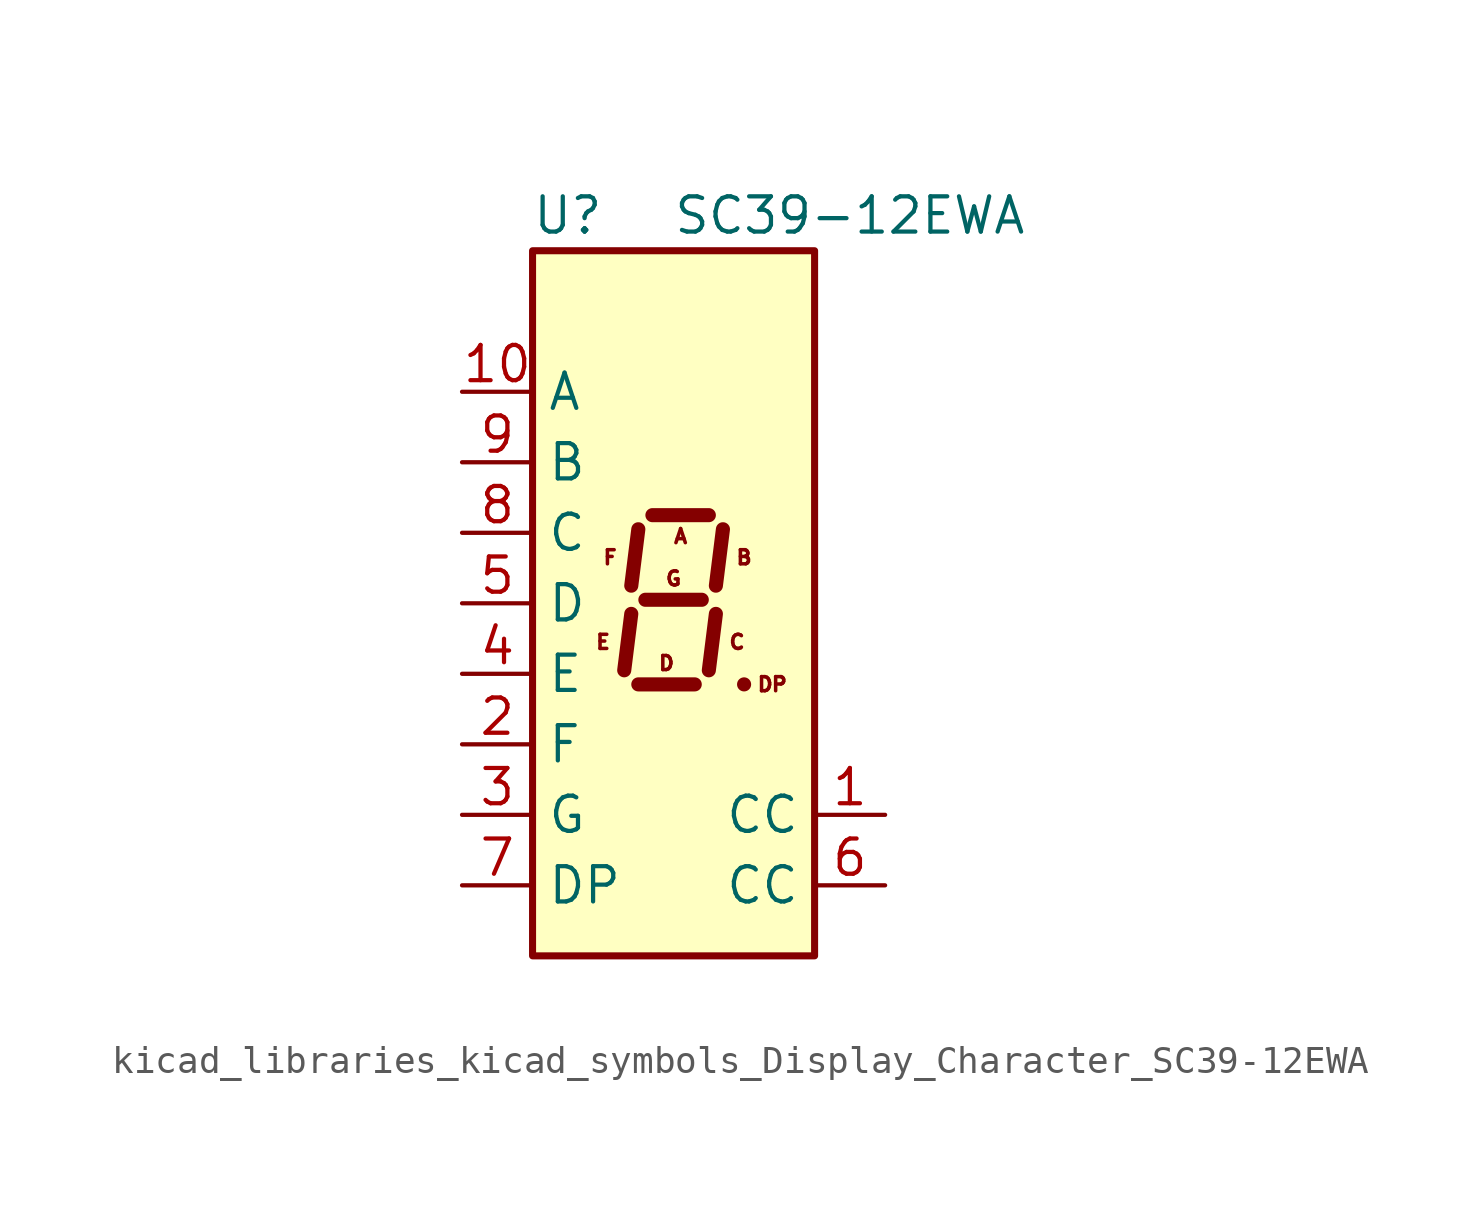
<source format=kicad_sym>
(kicad_symbol_lib
  (version 20220914)
  (generator kicad_symbol_editor)
  (symbol "kicad_libraries_kicad_symbols_Display_Character_SC39-12EWA"
    (property "Reference" "U"
      (at -3.81 13.97 0)
      (effects (font (size 1.27 1.27))))
    (property "Value" "SC39-12EWA"
      (at 6.35 13.97 0)
      (effects (font (size 1.27 1.27))))
    (symbol "kicad_libraries_kicad_symbols_Display_Character_SC39-12EWA_1_0"
      (text "A" (at 0.254 2.413 0) (effects (font (size 0.508 0.508))))
      (text "B" (at 2.54 1.651 0) (effects (font (size 0.508 0.508))))
      (text "C" (at 2.286 -1.397 0) (effects (font (size 0.508 0.508))))
      (text "D" (at -0.254 -2.159 0) (effects (font (size 0.508 0.508))))
      (text "DP" (at 3.556 -2.921 0) (effects (font (size 0.508 0.508))))
      (text "E" (at -2.54 -1.397 0) (effects (font (size 0.508 0.508))))
      (text "F" (at -2.286 1.651 0) (effects (font (size 0.508 0.508))))
      (text "G" (at 0 0.889 0) (effects (font (size 0.508 0.508)))))
    (symbol "kicad_libraries_kicad_symbols_Display_Character_SC39-12EWA_1_1"
      (rectangle (start -5.08 12.7) (end 5.08 -12.7) (stroke (width 0.254) (type default)) (fill (type background)))
      (polyline (pts (xy -1.524 -0.381) (xy -1.778 -2.413)) (stroke (width 0.508) (type default)) (fill (type none)))
      (polyline (pts (xy -1.27 -2.921) (xy 0.762 -2.921)) (stroke (width 0.508) (type default)) (fill (type none)))
      (polyline (pts (xy -1.27 2.667) (xy -1.524 0.635)) (stroke (width 0.508) (type default)) (fill (type none)))
      (polyline (pts (xy -1.016 0.127) (xy 1.016 0.127)) (stroke (width 0.508) (type default)) (fill (type none)))
      (polyline (pts (xy -0.762 3.175) (xy 1.27 3.175)) (stroke (width 0.508) (type default)) (fill (type none)))
      (polyline (pts (xy 1.524 -0.381) (xy 1.27 -2.413)) (stroke (width 0.508) (type default)) (fill (type none)))
      (polyline (pts (xy 1.778 2.667) (xy 1.524 0.635)) (stroke (width 0.508) (type default)) (fill (type none)))
      (polyline (pts (xy 2.54 -2.921) (xy 2.54 -2.921)) (stroke (width 0.508) (type default)) (fill (type none)))
      (pin input line (at 7.62 -7.62 180) (length 2.54) (name "CC" (effects (font (size 1.27 1.27)))) (number "1" (effects (font (size 1.27 1.27)))))
      (pin input line (at -7.62 7.62 0) (length 2.54) (name "A" (effects (font (size 1.27 1.27)))) (number "10" (effects (font (size 1.27 1.27)))))
      (pin input line (at -7.62 -5.08 0) (length 2.54) (name "F" (effects (font (size 1.27 1.27)))) (number "2" (effects (font (size 1.27 1.27)))))
      (pin input line (at -7.62 -7.62 0) (length 2.54) (name "G" (effects (font (size 1.27 1.27)))) (number "3" (effects (font (size 1.27 1.27)))))
      (pin input line (at -7.62 -2.54 0) (length 2.54) (name "E" (effects (font (size 1.27 1.27)))) (number "4" (effects (font (size 1.27 1.27)))))
      (pin input line (at -7.62 0 0) (length 2.54) (name "D" (effects (font (size 1.27 1.27)))) (number "5" (effects (font (size 1.27 1.27)))))
      (pin input line (at 7.62 -10.16 180) (length 2.54) (name "CC" (effects (font (size 1.27 1.27)))) (number "6" (effects (font (size 1.27 1.27)))))
      (pin input line (at -7.62 -10.16 0) (length 2.54) (name "DP" (effects (font (size 1.27 1.27)))) (number "7" (effects (font (size 1.27 1.27)))))
      (pin input line (at -7.62 2.54 0) (length 2.54) (name "C" (effects (font (size 1.27 1.27)))) (number "8" (effects (font (size 1.27 1.27)))))
      (pin input line (at -7.62 5.08 0) (length 2.54) (name "B" (effects (font (size 1.27 1.27)))) (number "9" (effects (font (size 1.27 1.27))))))))
</source>
